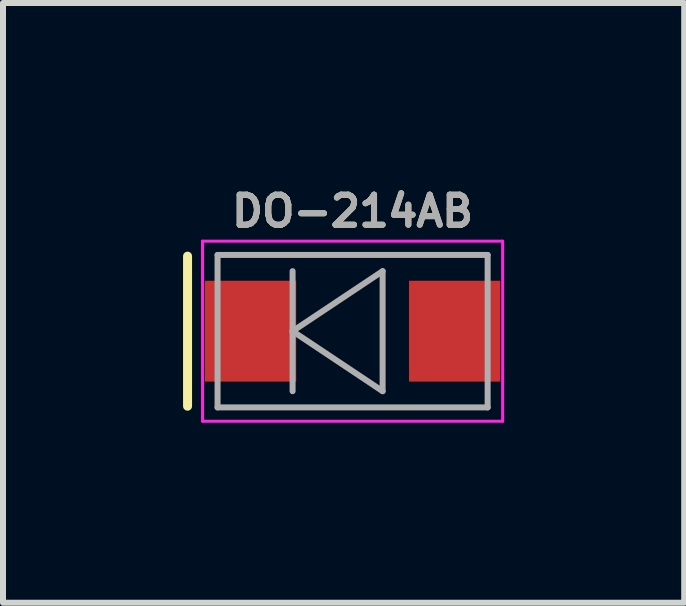
<source format=kicad_pcb>
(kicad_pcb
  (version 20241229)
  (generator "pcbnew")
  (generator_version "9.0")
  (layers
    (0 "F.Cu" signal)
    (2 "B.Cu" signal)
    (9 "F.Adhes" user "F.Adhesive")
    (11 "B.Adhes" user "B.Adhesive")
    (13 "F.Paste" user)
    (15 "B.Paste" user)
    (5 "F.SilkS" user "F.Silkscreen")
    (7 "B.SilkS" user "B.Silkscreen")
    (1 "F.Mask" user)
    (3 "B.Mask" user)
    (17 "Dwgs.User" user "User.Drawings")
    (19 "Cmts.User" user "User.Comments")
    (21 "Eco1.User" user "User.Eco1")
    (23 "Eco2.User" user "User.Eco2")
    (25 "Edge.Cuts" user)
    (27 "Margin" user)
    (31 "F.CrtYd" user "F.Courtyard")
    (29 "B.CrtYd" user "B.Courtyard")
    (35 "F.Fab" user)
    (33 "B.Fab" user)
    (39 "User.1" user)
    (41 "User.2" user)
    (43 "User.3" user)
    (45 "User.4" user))
  (footprint "DO-214AB"
    (layer "F.Cu")
    (at 2.825 2.468)
    (property "Reference" "DO-214AB" (at 0 -2 0) (layer "F.SilkS") (effects (font (size 0.5 0.5) (thickness 0.1))))
    (attr smd)
    (fp_line (start -2.75 -1.25) (end -2.75 1.25) (stroke (width 0.15) (type solid)) (layer "F.SilkS"))
    (fp_line (start -2.5 -1.5) (end 2.5 -1.5) (stroke (width 0.05) (type solid)) (layer "F.CrtYd"))
    (fp_line (start -2.5 1.5) (end -2.5 -1.5) (stroke (width 0.05) (type solid)) (layer "F.CrtYd"))
    (fp_line (start 2.5 -1.5) (end 2.5 1.5) (stroke (width 0.05) (type solid)) (layer "F.CrtYd"))
    (fp_line (start 2.5 1.5) (end -2.5 1.5) (stroke (width 0.05) (type solid)) (layer "F.CrtYd"))
    (fp_line (start -2.25 -1.27) (end 2.25 -1.27) (stroke (width 0.1) (type solid)) (layer "F.Fab"))
    (fp_line (start -2.25 1.27) (end -2.25 -1.27) (stroke (width 0.1) (type solid)) (layer "F.Fab"))
    (fp_line (start -1 -1) (end -1 1) (stroke (width 0.1) (type solid)) (layer "F.Fab"))
    (fp_line (start 0.5 -1) (end -1 0) (stroke (width 0.1) (type solid)) (layer "F.Fab"))
    (fp_line (start 0.5 -1) (end 0.5 1) (stroke (width 0.1) (type solid)) (layer "F.Fab"))
    (fp_line (start 0.5 1) (end -1 0) (stroke (width 0.1) (type solid)) (layer "F.Fab"))
    (fp_line (start 2.25 -1.27) (end 2.25 1.27) (stroke (width 0.1) (type solid)) (layer "F.Fab"))
    (fp_line (start 2.25 1.27) (end -2.25 1.27) (stroke (width 0.1) (type solid)) (layer "F.Fab"))
    (fp_text user "${REFERENCE}" (at 0 -2 0) (layer "F.Fab") (effects (font (size 0.5 0.5) (thickness 0.1))))
    (pad "1" smd rect (at -1.7 0) (size 1.52 1.68) (layers "F.Cu" "F.Mask" "F.Paste"))
    (pad "2" smd rect (at 1.7 0) (size 1.52 1.68) (layers "F.Cu" "F.Mask" "F.Paste")))
  (gr_rect
    (start -3 -3)
    (end 8.35 6.993)
    (stroke (width 0.1) (type default))
    (fill no)
    (layer "Edge.Cuts")))
</source>
